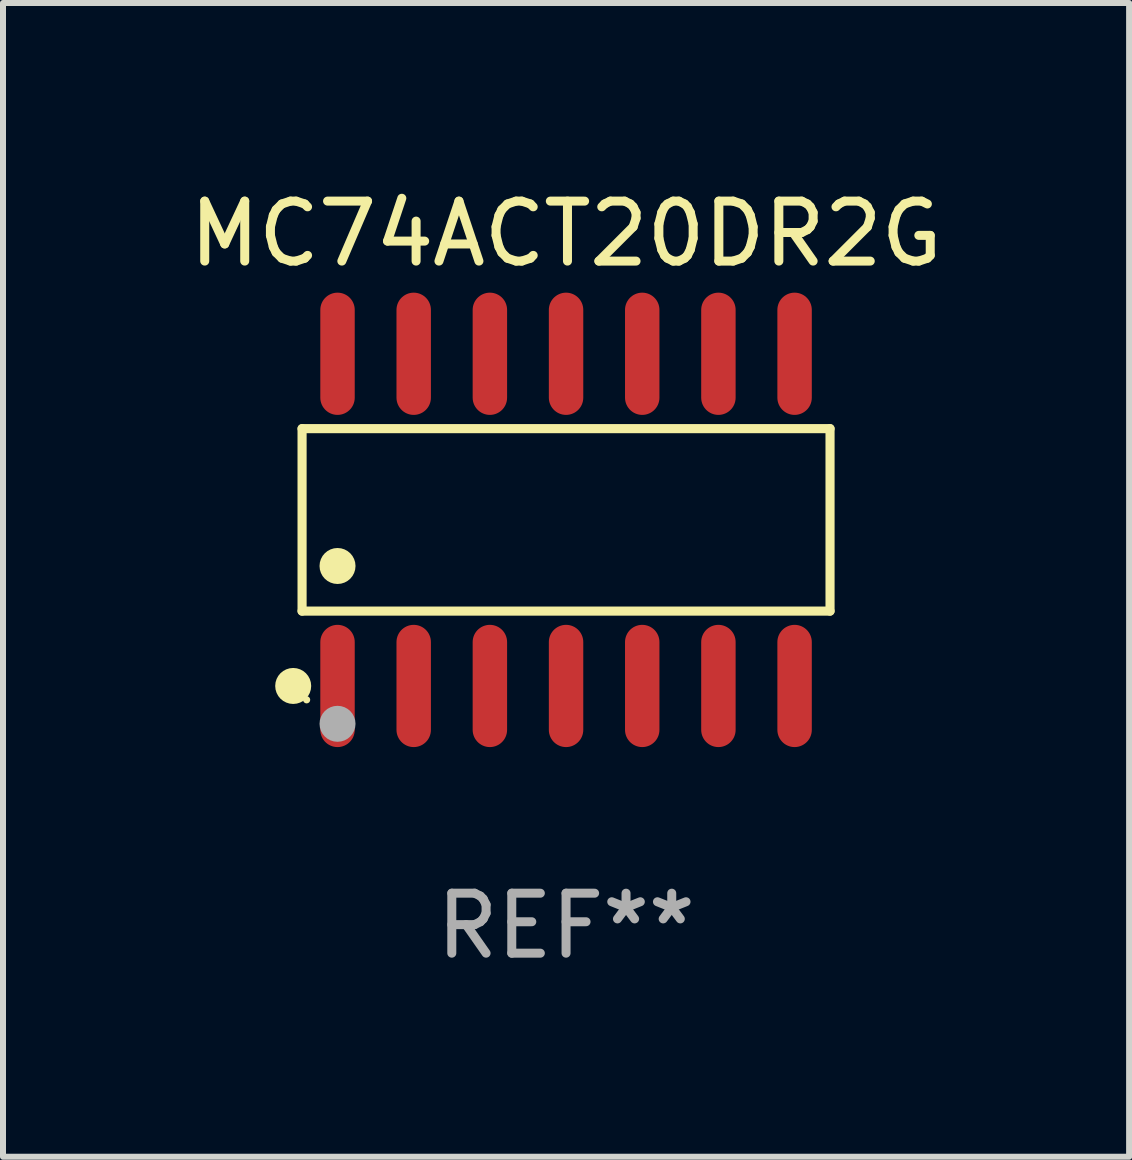
<source format=kicad_pcb>
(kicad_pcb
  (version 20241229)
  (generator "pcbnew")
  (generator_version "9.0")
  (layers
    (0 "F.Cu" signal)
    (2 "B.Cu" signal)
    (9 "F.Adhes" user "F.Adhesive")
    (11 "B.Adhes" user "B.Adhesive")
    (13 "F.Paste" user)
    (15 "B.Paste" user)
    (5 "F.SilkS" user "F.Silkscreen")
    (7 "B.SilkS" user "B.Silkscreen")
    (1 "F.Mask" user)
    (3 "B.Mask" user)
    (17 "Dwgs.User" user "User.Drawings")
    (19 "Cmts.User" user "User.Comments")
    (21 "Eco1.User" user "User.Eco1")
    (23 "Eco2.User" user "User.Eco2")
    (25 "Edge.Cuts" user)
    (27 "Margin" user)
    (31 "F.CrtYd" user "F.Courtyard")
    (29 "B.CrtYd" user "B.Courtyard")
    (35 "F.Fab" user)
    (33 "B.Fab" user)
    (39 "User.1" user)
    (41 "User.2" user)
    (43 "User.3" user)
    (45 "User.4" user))
  (footprint "MC74ACT20DR2G"
    (layer "F.Cu")
    (at 6.387 5.617)
    (property "Reference" "MC74ACT20DR2G" (at 0 -4.769 0) (layer "F.SilkS") (effects (font (size 1 1) (thickness 0.15))))
    (attr through_hole)
    (fp_line (start -4.401 -1.521) (end 4.401 -1.521) (stroke (width 0.152) (type solid)) (layer "F.SilkS"))
    (fp_line (start -4.401 1.521) (end -4.401 -1.521) (stroke (width 0.152) (type solid)) (layer "F.SilkS"))
    (fp_line (start 4.401 -1.521) (end 4.401 1.521) (stroke (width 0.152) (type solid)) (layer "F.SilkS"))
    (fp_line (start 4.401 1.521) (end -4.401 1.521) (stroke (width 0.152) (type solid)) (layer "F.SilkS"))
    (fp_circle (center -4.549 2.769) (end -4.399 2.769) (stroke (width 0.3) (type solid)) (fill no) (layer "F.SilkS"))
    (fp_circle (center -4.325 3) (end -4.295 3) (stroke (width 0.06) (type solid)) (fill no) (layer "F.SilkS"))
    (fp_circle (center -3.81 0.769) (end -3.66 0.769) (stroke (width 0.3) (type solid)) (fill no) (layer "F.SilkS"))
    (fp_circle (center -3.81 3.4) (end -3.66 3.4) (stroke (width 0.3) (type solid)) (fill no) (layer "F.Fab"))
    (fp_text user "REF**" (at 0 6.769 0) (layer "F.Fab") (effects (font (size 1 1) (thickness 0.15))))
    (pad "1" smd oval (at -3.81 2.769) (size 0.574 2.038) (layers "F.Cu" "F.Mask" "F.Paste"))
    (pad "2" smd oval (at -2.54 2.769) (size 0.574 2.038) (layers "F.Cu" "F.Mask" "F.Paste"))
    (pad "3" smd oval (at -1.27 2.769) (size 0.574 2.038) (layers "F.Cu" "F.Mask" "F.Paste"))
    (pad "4" smd oval (at 0 2.769) (size 0.574 2.038) (layers "F.Cu" "F.Mask" "F.Paste"))
    (pad "5" smd oval (at 1.27 2.769) (size 0.574 2.038) (layers "F.Cu" "F.Mask" "F.Paste"))
    (pad "6" smd oval (at 2.54 2.769) (size 0.574 2.038) (layers "F.Cu" "F.Mask" "F.Paste"))
    (pad "7" smd oval (at 3.81 2.769) (size 0.574 2.038) (layers "F.Cu" "F.Mask" "F.Paste"))
    (pad "8" smd oval (at 3.81 -2.769) (size 0.574 2.038) (layers "F.Cu" "F.Mask" "F.Paste"))
    (pad "9" smd oval (at 2.54 -2.769) (size 0.574 2.038) (layers "F.Cu" "F.Mask" "F.Paste"))
    (pad "10" smd oval (at 1.27 -2.769) (size 0.574 2.038) (layers "F.Cu" "F.Mask" "F.Paste"))
    (pad "11" smd oval (at 0 -2.769) (size 0.574 2.038) (layers "F.Cu" "F.Mask" "F.Paste"))
    (pad "12" smd oval (at -1.27 -2.769) (size 0.574 2.038) (layers "F.Cu" "F.Mask" "F.Paste"))
    (pad "13" smd oval (at -2.54 -2.769) (size 0.574 2.038) (layers "F.Cu" "F.Mask" "F.Paste"))
    (pad "14" smd oval (at -3.81 -2.769) (size 0.574 2.038) (layers "F.Cu" "F.Mask" "F.Paste")))
  (gr_rect
    (start -3 -3)
    (end 15.774 16.235)
    (stroke (width 0.1) (type default))
    (fill no)
    (layer "Edge.Cuts")))
</source>
